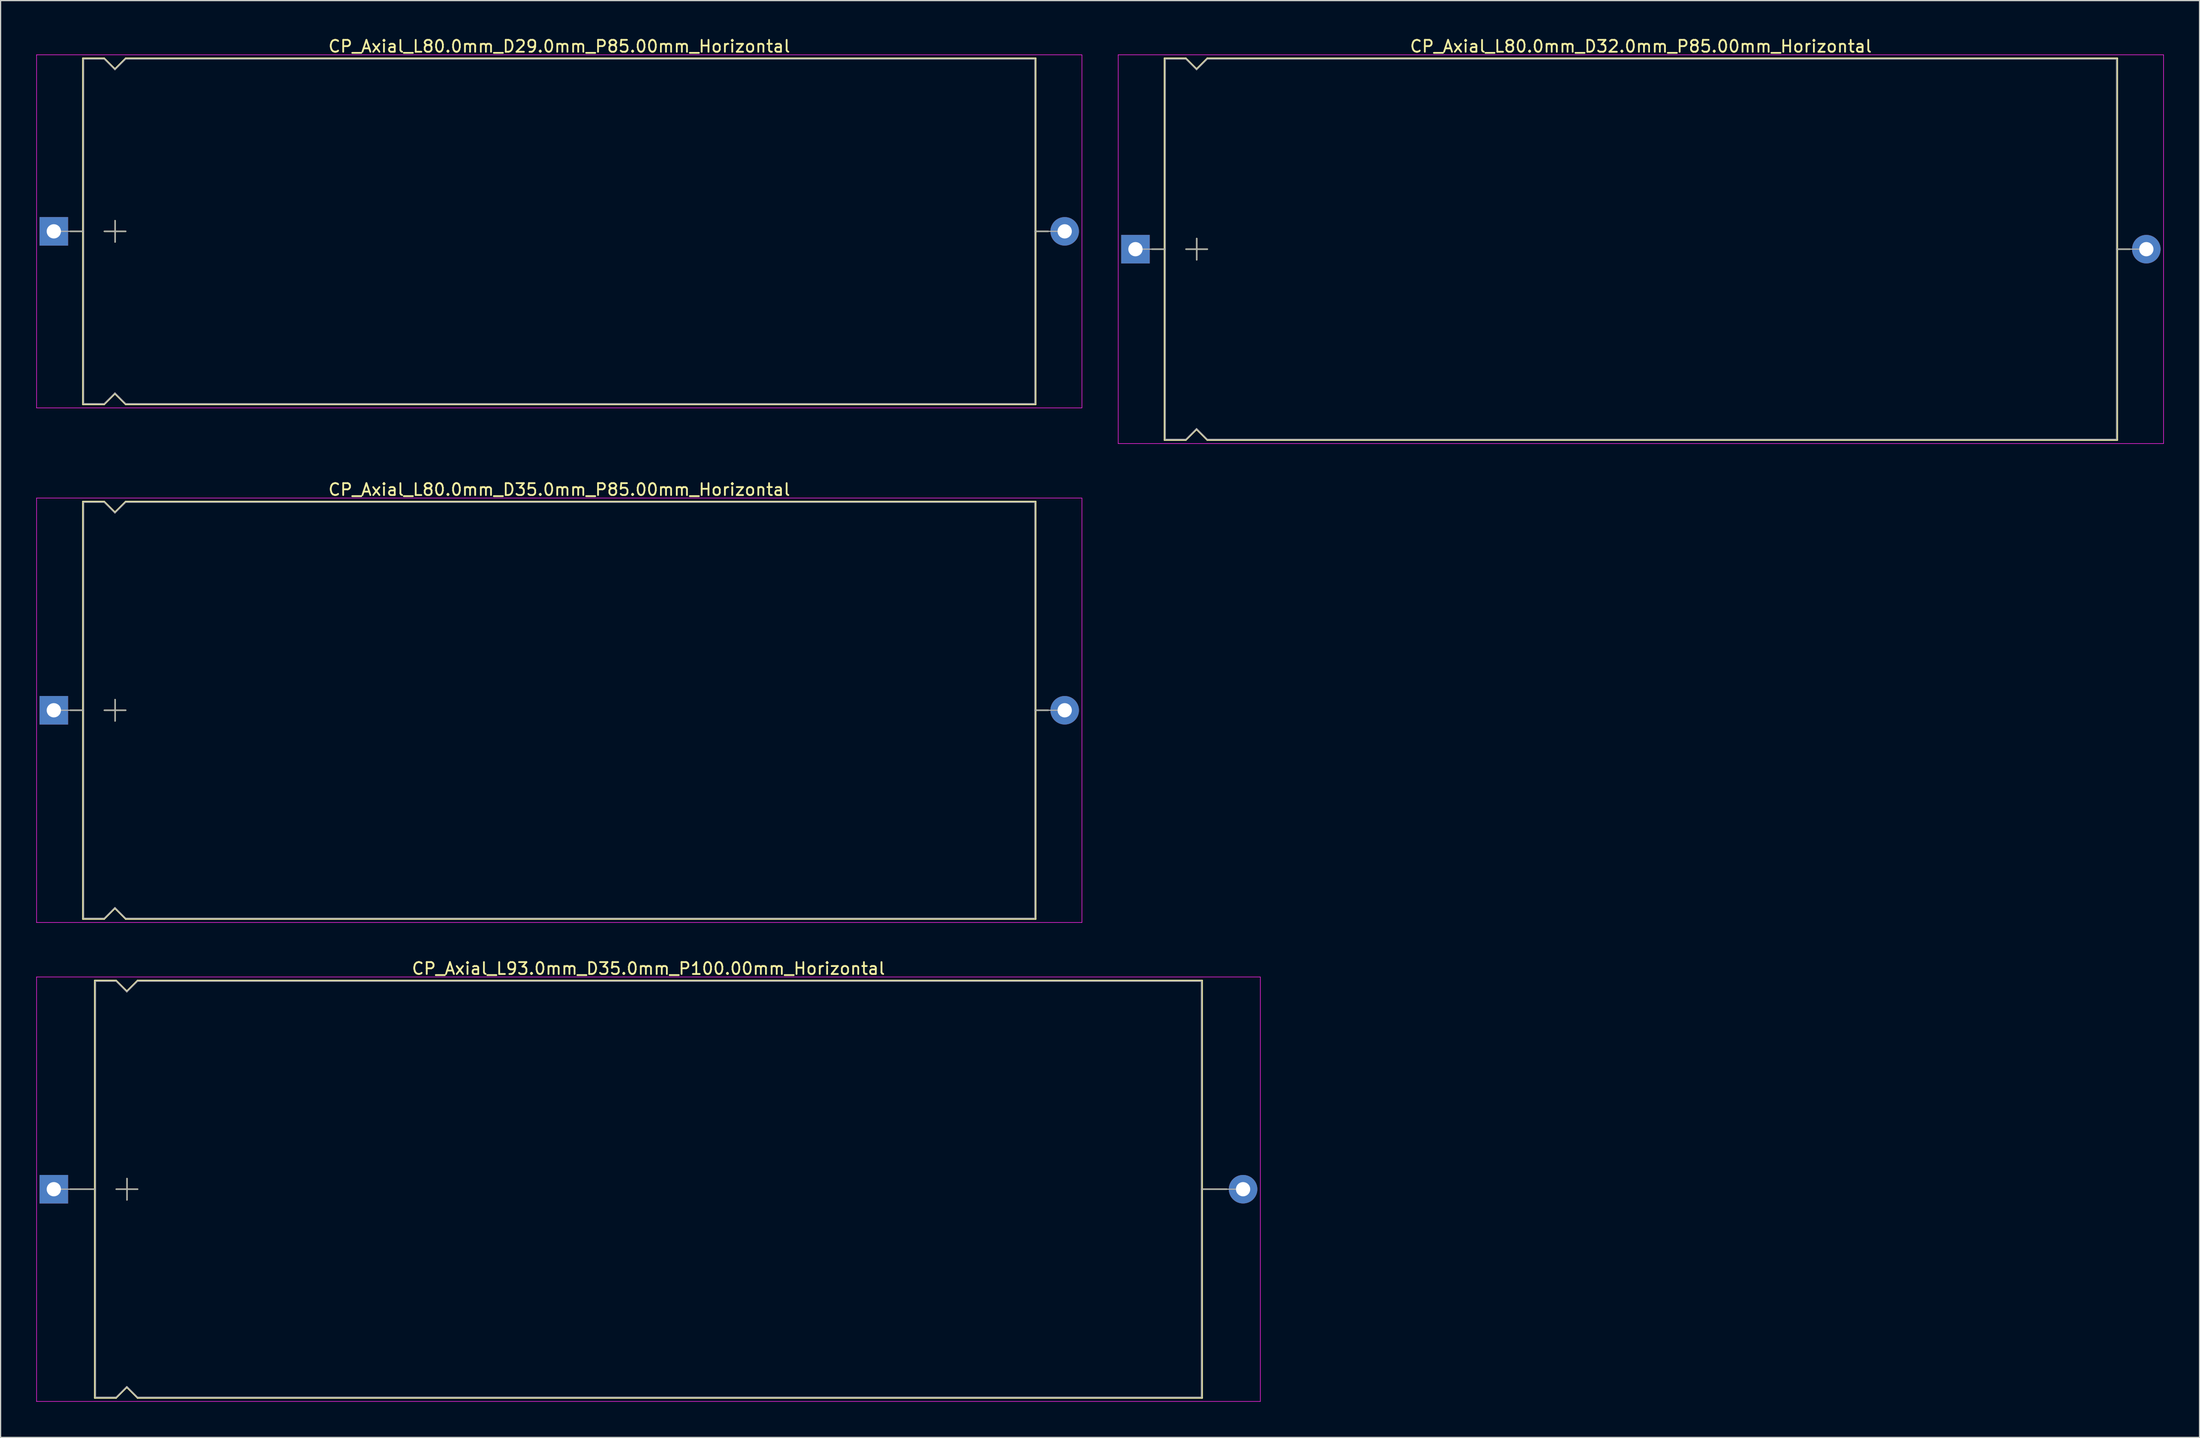
<source format=kicad_pcb>
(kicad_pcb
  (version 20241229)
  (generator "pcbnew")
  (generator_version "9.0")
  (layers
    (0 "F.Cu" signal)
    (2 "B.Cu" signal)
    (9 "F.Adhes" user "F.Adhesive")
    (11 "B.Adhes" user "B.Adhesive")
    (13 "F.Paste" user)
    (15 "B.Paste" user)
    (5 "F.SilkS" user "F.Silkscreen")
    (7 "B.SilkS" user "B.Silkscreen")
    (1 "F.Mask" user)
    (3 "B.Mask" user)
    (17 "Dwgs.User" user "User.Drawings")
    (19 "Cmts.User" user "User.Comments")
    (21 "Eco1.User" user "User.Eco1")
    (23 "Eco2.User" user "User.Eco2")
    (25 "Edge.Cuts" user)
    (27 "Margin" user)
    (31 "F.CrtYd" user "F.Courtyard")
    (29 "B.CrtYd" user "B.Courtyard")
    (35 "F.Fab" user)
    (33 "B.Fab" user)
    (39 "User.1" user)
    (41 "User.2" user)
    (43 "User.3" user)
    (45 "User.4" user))
  (footprint "CP_Axial_L93.0mm_D35.0mm_P100.00mm_Horizontal"
    (layer "F.Cu")
    (at 1.475 96.975)
    (property "Reference" "CP_Axial_L93.0mm_D35.0mm_P100.00mm_Horizontal" (at 50 -18.56 0) (layer "F.SilkS") (effects (font (size 1 1) (thickness 0.15))))
    (attr through_hole)
    (fp_line (start 1.38 0) (end 3.44 0) (stroke (width 0.12) (type solid)) (layer "F.SilkS"))
    (fp_line (start 3.44 -17.56) (end 3.44 17.56) (stroke (width 0.12) (type solid)) (layer "F.SilkS"))
    (fp_line (start 3.44 -17.56) (end 5.24 -17.56) (stroke (width 0.12) (type solid)) (layer "F.SilkS"))
    (fp_line (start 3.44 17.56) (end 5.24 17.56) (stroke (width 0.12) (type solid)) (layer "F.SilkS"))
    (fp_line (start 5.24 -17.56) (end 6.14 -16.66) (stroke (width 0.12) (type solid)) (layer "F.SilkS"))
    (fp_line (start 5.24 17.56) (end 6.14 16.66) (stroke (width 0.12) (type solid)) (layer "F.SilkS"))
    (fp_line (start 5.25 0) (end 7.05 0) (stroke (width 0.12) (type solid)) (layer "F.SilkS"))
    (fp_line (start 6.14 -16.66) (end 7.04 -17.56) (stroke (width 0.12) (type solid)) (layer "F.SilkS"))
    (fp_line (start 6.14 16.66) (end 7.04 17.56) (stroke (width 0.12) (type solid)) (layer "F.SilkS"))
    (fp_line (start 6.15 -0.9) (end 6.15 0.9) (stroke (width 0.12) (type solid)) (layer "F.SilkS"))
    (fp_line (start 7.04 -17.56) (end 96.56 -17.56) (stroke (width 0.12) (type solid)) (layer "F.SilkS"))
    (fp_line (start 7.04 17.56) (end 96.56 17.56) (stroke (width 0.12) (type solid)) (layer "F.SilkS"))
    (fp_line (start 96.56 -17.56) (end 96.56 17.56) (stroke (width 0.12) (type solid)) (layer "F.SilkS"))
    (fp_line (start 98.62 0) (end 96.56 0) (stroke (width 0.12) (type solid)) (layer "F.SilkS"))
    (fp_line (start -1.45 -17.85) (end -1.45 17.85) (stroke (width 0.05) (type solid)) (layer "F.CrtYd"))
    (fp_line (start -1.45 17.85) (end 101.45 17.85) (stroke (width 0.05) (type solid)) (layer "F.CrtYd"))
    (fp_line (start 101.45 -17.85) (end -1.45 -17.85) (stroke (width 0.05) (type solid)) (layer "F.CrtYd"))
    (fp_line (start 101.45 17.85) (end 101.45 -17.85) (stroke (width 0.05) (type solid)) (layer "F.CrtYd"))
    (fp_line (start 0 0) (end 3.5 0) (stroke (width 0.1) (type solid)) (layer "F.Fab"))
    (fp_line (start 3.5 -17.5) (end 3.5 17.5) (stroke (width 0.1) (type solid)) (layer "F.Fab"))
    (fp_line (start 3.5 -17.5) (end 5.24 -17.5) (stroke (width 0.1) (type solid)) (layer "F.Fab"))
    (fp_line (start 3.5 17.5) (end 5.24 17.5) (stroke (width 0.1) (type solid)) (layer "F.Fab"))
    (fp_line (start 5.24 -17.5) (end 6.14 -16.6) (stroke (width 0.1) (type solid)) (layer "F.Fab"))
    (fp_line (start 5.24 17.5) (end 6.14 16.6) (stroke (width 0.1) (type solid)) (layer "F.Fab"))
    (fp_line (start 5.25 0) (end 7.05 0) (stroke (width 0.1) (type solid)) (layer "F.Fab"))
    (fp_line (start 6.14 -16.6) (end 7.04 -17.5) (stroke (width 0.1) (type solid)) (layer "F.Fab"))
    (fp_line (start 6.14 16.6) (end 7.04 17.5) (stroke (width 0.1) (type solid)) (layer "F.Fab"))
    (fp_line (start 6.15 -0.9) (end 6.15 0.9) (stroke (width 0.1) (type solid)) (layer "F.Fab"))
    (fp_line (start 7.04 -17.5) (end 96.5 -17.5) (stroke (width 0.1) (type solid)) (layer "F.Fab"))
    (fp_line (start 7.04 17.5) (end 96.5 17.5) (stroke (width 0.1) (type solid)) (layer "F.Fab"))
    (fp_line (start 96.5 -17.5) (end 96.5 17.5) (stroke (width 0.1) (type solid)) (layer "F.Fab"))
    (fp_line (start 100 0) (end 96.5 0) (stroke (width 0.1) (type solid)) (layer "F.Fab"))
    (pad "1" thru_hole rect (at 0 0) (size 2.4 2.4) (drill 1.2) (layers "*.Cu" "*.Mask"))
    (pad "2" thru_hole oval (at 100 0) (size 2.4 2.4) (drill 1.2) (layers "*.Cu" "*.Mask")))
  (footprint "CP_Axial_L80.0mm_D35.0mm_P85.00mm_Horizontal"
    (layer "F.Cu")
    (at 1.475 56.691)
    (property "Reference" "CP_Axial_L80.0mm_D35.0mm_P85.00mm_Horizontal" (at 42.5 -18.56 0) (layer "F.SilkS") (effects (font (size 1 1) (thickness 0.15))))
    (attr through_hole)
    (fp_line (start 1.38 0) (end 2.44 0) (stroke (width 0.12) (type solid)) (layer "F.SilkS"))
    (fp_line (start 2.44 -17.56) (end 2.44 17.56) (stroke (width 0.12) (type solid)) (layer "F.SilkS"))
    (fp_line (start 2.44 -17.56) (end 4.24 -17.56) (stroke (width 0.12) (type solid)) (layer "F.SilkS"))
    (fp_line (start 2.44 17.56) (end 4.24 17.56) (stroke (width 0.12) (type solid)) (layer "F.SilkS"))
    (fp_line (start 4.24 -17.56) (end 5.14 -16.66) (stroke (width 0.12) (type solid)) (layer "F.SilkS"))
    (fp_line (start 4.24 17.56) (end 5.14 16.66) (stroke (width 0.12) (type solid)) (layer "F.SilkS"))
    (fp_line (start 4.25 0) (end 6.05 0) (stroke (width 0.12) (type solid)) (layer "F.SilkS"))
    (fp_line (start 5.14 -16.66) (end 6.04 -17.56) (stroke (width 0.12) (type solid)) (layer "F.SilkS"))
    (fp_line (start 5.14 16.66) (end 6.04 17.56) (stroke (width 0.12) (type solid)) (layer "F.SilkS"))
    (fp_line (start 5.15 -0.9) (end 5.15 0.9) (stroke (width 0.12) (type solid)) (layer "F.SilkS"))
    (fp_line (start 6.04 -17.56) (end 82.56 -17.56) (stroke (width 0.12) (type solid)) (layer "F.SilkS"))
    (fp_line (start 6.04 17.56) (end 82.56 17.56) (stroke (width 0.12) (type solid)) (layer "F.SilkS"))
    (fp_line (start 82.56 -17.56) (end 82.56 17.56) (stroke (width 0.12) (type solid)) (layer "F.SilkS"))
    (fp_line (start 83.62 0) (end 82.56 0) (stroke (width 0.12) (type solid)) (layer "F.SilkS"))
    (fp_line (start -1.45 -17.85) (end -1.45 17.85) (stroke (width 0.05) (type solid)) (layer "F.CrtYd"))
    (fp_line (start -1.45 17.85) (end 86.45 17.85) (stroke (width 0.05) (type solid)) (layer "F.CrtYd"))
    (fp_line (start 86.45 -17.85) (end -1.45 -17.85) (stroke (width 0.05) (type solid)) (layer "F.CrtYd"))
    (fp_line (start 86.45 17.85) (end 86.45 -17.85) (stroke (width 0.05) (type solid)) (layer "F.CrtYd"))
    (fp_line (start 0 0) (end 2.5 0) (stroke (width 0.1) (type solid)) (layer "F.Fab"))
    (fp_line (start 2.5 -17.5) (end 2.5 17.5) (stroke (width 0.1) (type solid)) (layer "F.Fab"))
    (fp_line (start 2.5 -17.5) (end 4.24 -17.5) (stroke (width 0.1) (type solid)) (layer "F.Fab"))
    (fp_line (start 2.5 17.5) (end 4.24 17.5) (stroke (width 0.1) (type solid)) (layer "F.Fab"))
    (fp_line (start 4.24 -17.5) (end 5.14 -16.6) (stroke (width 0.1) (type solid)) (layer "F.Fab"))
    (fp_line (start 4.24 17.5) (end 5.14 16.6) (stroke (width 0.1) (type solid)) (layer "F.Fab"))
    (fp_line (start 4.25 0) (end 6.05 0) (stroke (width 0.1) (type solid)) (layer "F.Fab"))
    (fp_line (start 5.14 -16.6) (end 6.04 -17.5) (stroke (width 0.1) (type solid)) (layer "F.Fab"))
    (fp_line (start 5.14 16.6) (end 6.04 17.5) (stroke (width 0.1) (type solid)) (layer "F.Fab"))
    (fp_line (start 5.15 -0.9) (end 5.15 0.9) (stroke (width 0.1) (type solid)) (layer "F.Fab"))
    (fp_line (start 6.04 -17.5) (end 82.5 -17.5) (stroke (width 0.1) (type solid)) (layer "F.Fab"))
    (fp_line (start 6.04 17.5) (end 82.5 17.5) (stroke (width 0.1) (type solid)) (layer "F.Fab"))
    (fp_line (start 82.5 -17.5) (end 82.5 17.5) (stroke (width 0.1) (type solid)) (layer "F.Fab"))
    (fp_line (start 85 0) (end 82.5 0) (stroke (width 0.1) (type solid)) (layer "F.Fab"))
    (pad "1" thru_hole rect (at 0 0) (size 2.4 2.4) (drill 1.2) (layers "*.Cu" "*.Mask"))
    (pad "2" thru_hole oval (at 85 0) (size 2.4 2.4) (drill 1.2) (layers "*.Cu" "*.Mask")))
  (footprint "CP_Axial_L80.0mm_D29.0mm_P85.00mm_Horizontal"
    (layer "F.Cu")
    (at 1.475 16.408)
    (property "Reference" "CP_Axial_L80.0mm_D29.0mm_P85.00mm_Horizontal" (at 42.5 -15.56 0) (layer "F.SilkS") (effects (font (size 1 1) (thickness 0.15))))
    (attr through_hole)
    (fp_line (start 1.38 0) (end 2.44 0) (stroke (width 0.12) (type solid)) (layer "F.SilkS"))
    (fp_line (start 2.44 -14.56) (end 2.44 14.56) (stroke (width 0.12) (type solid)) (layer "F.SilkS"))
    (fp_line (start 2.44 -14.56) (end 4.24 -14.56) (stroke (width 0.12) (type solid)) (layer "F.SilkS"))
    (fp_line (start 2.44 14.56) (end 4.24 14.56) (stroke (width 0.12) (type solid)) (layer "F.SilkS"))
    (fp_line (start 4.24 -14.56) (end 5.14 -13.66) (stroke (width 0.12) (type solid)) (layer "F.SilkS"))
    (fp_line (start 4.24 14.56) (end 5.14 13.66) (stroke (width 0.12) (type solid)) (layer "F.SilkS"))
    (fp_line (start 4.25 0) (end 6.05 0) (stroke (width 0.12) (type solid)) (layer "F.SilkS"))
    (fp_line (start 5.14 -13.66) (end 6.04 -14.56) (stroke (width 0.12) (type solid)) (layer "F.SilkS"))
    (fp_line (start 5.14 13.66) (end 6.04 14.56) (stroke (width 0.12) (type solid)) (layer "F.SilkS"))
    (fp_line (start 5.15 -0.9) (end 5.15 0.9) (stroke (width 0.12) (type solid)) (layer "F.SilkS"))
    (fp_line (start 6.04 -14.56) (end 82.56 -14.56) (stroke (width 0.12) (type solid)) (layer "F.SilkS"))
    (fp_line (start 6.04 14.56) (end 82.56 14.56) (stroke (width 0.12) (type solid)) (layer "F.SilkS"))
    (fp_line (start 82.56 -14.56) (end 82.56 14.56) (stroke (width 0.12) (type solid)) (layer "F.SilkS"))
    (fp_line (start 83.62 0) (end 82.56 0) (stroke (width 0.12) (type solid)) (layer "F.SilkS"))
    (fp_line (start -1.45 -14.85) (end -1.45 14.85) (stroke (width 0.05) (type solid)) (layer "F.CrtYd"))
    (fp_line (start -1.45 14.85) (end 86.45 14.85) (stroke (width 0.05) (type solid)) (layer "F.CrtYd"))
    (fp_line (start 86.45 -14.85) (end -1.45 -14.85) (stroke (width 0.05) (type solid)) (layer "F.CrtYd"))
    (fp_line (start 86.45 14.85) (end 86.45 -14.85) (stroke (width 0.05) (type solid)) (layer "F.CrtYd"))
    (fp_line (start 0 0) (end 2.5 0) (stroke (width 0.1) (type solid)) (layer "F.Fab"))
    (fp_line (start 2.5 -14.5) (end 2.5 14.5) (stroke (width 0.1) (type solid)) (layer "F.Fab"))
    (fp_line (start 2.5 -14.5) (end 4.24 -14.5) (stroke (width 0.1) (type solid)) (layer "F.Fab"))
    (fp_line (start 2.5 14.5) (end 4.24 14.5) (stroke (width 0.1) (type solid)) (layer "F.Fab"))
    (fp_line (start 4.24 -14.5) (end 5.14 -13.6) (stroke (width 0.1) (type solid)) (layer "F.Fab"))
    (fp_line (start 4.24 14.5) (end 5.14 13.6) (stroke (width 0.1) (type solid)) (layer "F.Fab"))
    (fp_line (start 4.25 0) (end 6.05 0) (stroke (width 0.1) (type solid)) (layer "F.Fab"))
    (fp_line (start 5.14 -13.6) (end 6.04 -14.5) (stroke (width 0.1) (type solid)) (layer "F.Fab"))
    (fp_line (start 5.14 13.6) (end 6.04 14.5) (stroke (width 0.1) (type solid)) (layer "F.Fab"))
    (fp_line (start 5.15 -0.9) (end 5.15 0.9) (stroke (width 0.1) (type solid)) (layer "F.Fab"))
    (fp_line (start 6.04 -14.5) (end 82.5 -14.5) (stroke (width 0.1) (type solid)) (layer "F.Fab"))
    (fp_line (start 6.04 14.5) (end 82.5 14.5) (stroke (width 0.1) (type solid)) (layer "F.Fab"))
    (fp_line (start 82.5 -14.5) (end 82.5 14.5) (stroke (width 0.1) (type solid)) (layer "F.Fab"))
    (fp_line (start 85 0) (end 82.5 0) (stroke (width 0.1) (type solid)) (layer "F.Fab"))
    (pad "1" thru_hole rect (at 0 0) (size 2.4 2.4) (drill 1.2) (layers "*.Cu" "*.Mask"))
    (pad "2" thru_hole oval (at 85 0) (size 2.4 2.4) (drill 1.2) (layers "*.Cu" "*.Mask")))
  (footprint "CP_Axial_L80.0mm_D32.0mm_P85.00mm_Horizontal"
    (layer "F.Cu")
    (at 92.425 17.908)
    (property "Reference" "CP_Axial_L80.0mm_D32.0mm_P85.00mm_Horizontal" (at 42.5 -17.06 0) (layer "F.SilkS") (effects (font (size 1 1) (thickness 0.15))))
    (attr through_hole)
    (fp_line (start 1.38 0) (end 2.44 0) (stroke (width 0.12) (type solid)) (layer "F.SilkS"))
    (fp_line (start 2.44 -16.06) (end 2.44 16.06) (stroke (width 0.12) (type solid)) (layer "F.SilkS"))
    (fp_line (start 2.44 -16.06) (end 4.24 -16.06) (stroke (width 0.12) (type solid)) (layer "F.SilkS"))
    (fp_line (start 2.44 16.06) (end 4.24 16.06) (stroke (width 0.12) (type solid)) (layer "F.SilkS"))
    (fp_line (start 4.24 -16.06) (end 5.14 -15.16) (stroke (width 0.12) (type solid)) (layer "F.SilkS"))
    (fp_line (start 4.24 16.06) (end 5.14 15.16) (stroke (width 0.12) (type solid)) (layer "F.SilkS"))
    (fp_line (start 4.25 0) (end 6.05 0) (stroke (width 0.12) (type solid)) (layer "F.SilkS"))
    (fp_line (start 5.14 -15.16) (end 6.04 -16.06) (stroke (width 0.12) (type solid)) (layer "F.SilkS"))
    (fp_line (start 5.14 15.16) (end 6.04 16.06) (stroke (width 0.12) (type solid)) (layer "F.SilkS"))
    (fp_line (start 5.15 -0.9) (end 5.15 0.9) (stroke (width 0.12) (type solid)) (layer "F.SilkS"))
    (fp_line (start 6.04 -16.06) (end 82.56 -16.06) (stroke (width 0.12) (type solid)) (layer "F.SilkS"))
    (fp_line (start 6.04 16.06) (end 82.56 16.06) (stroke (width 0.12) (type solid)) (layer "F.SilkS"))
    (fp_line (start 82.56 -16.06) (end 82.56 16.06) (stroke (width 0.12) (type solid)) (layer "F.SilkS"))
    (fp_line (start 83.62 0) (end 82.56 0) (stroke (width 0.12) (type solid)) (layer "F.SilkS"))
    (fp_line (start -1.45 -16.35) (end -1.45 16.35) (stroke (width 0.05) (type solid)) (layer "F.CrtYd"))
    (fp_line (start -1.45 16.35) (end 86.45 16.35) (stroke (width 0.05) (type solid)) (layer "F.CrtYd"))
    (fp_line (start 86.45 -16.35) (end -1.45 -16.35) (stroke (width 0.05) (type solid)) (layer "F.CrtYd"))
    (fp_line (start 86.45 16.35) (end 86.45 -16.35) (stroke (width 0.05) (type solid)) (layer "F.CrtYd"))
    (fp_line (start 0 0) (end 2.5 0) (stroke (width 0.1) (type solid)) (layer "F.Fab"))
    (fp_line (start 2.5 -16) (end 2.5 16) (stroke (width 0.1) (type solid)) (layer "F.Fab"))
    (fp_line (start 2.5 -16) (end 4.24 -16) (stroke (width 0.1) (type solid)) (layer "F.Fab"))
    (fp_line (start 2.5 16) (end 4.24 16) (stroke (width 0.1) (type solid)) (layer "F.Fab"))
    (fp_line (start 4.24 -16) (end 5.14 -15.1) (stroke (width 0.1) (type solid)) (layer "F.Fab"))
    (fp_line (start 4.24 16) (end 5.14 15.1) (stroke (width 0.1) (type solid)) (layer "F.Fab"))
    (fp_line (start 4.25 0) (end 6.05 0) (stroke (width 0.1) (type solid)) (layer "F.Fab"))
    (fp_line (start 5.14 -15.1) (end 6.04 -16) (stroke (width 0.1) (type solid)) (layer "F.Fab"))
    (fp_line (start 5.14 15.1) (end 6.04 16) (stroke (width 0.1) (type solid)) (layer "F.Fab"))
    (fp_line (start 5.15 -0.9) (end 5.15 0.9) (stroke (width 0.1) (type solid)) (layer "F.Fab"))
    (fp_line (start 6.04 -16) (end 82.5 -16) (stroke (width 0.1) (type solid)) (layer "F.Fab"))
    (fp_line (start 6.04 16) (end 82.5 16) (stroke (width 0.1) (type solid)) (layer "F.Fab"))
    (fp_line (start 82.5 -16) (end 82.5 16) (stroke (width 0.1) (type solid)) (layer "F.Fab"))
    (fp_line (start 85 0) (end 82.5 0) (stroke (width 0.1) (type solid)) (layer "F.Fab"))
    (pad "1" thru_hole rect (at 0 0) (size 2.4 2.4) (drill 1.2) (layers "*.Cu" "*.Mask"))
    (pad "2" thru_hole oval (at 85 0) (size 2.4 2.4) (drill 1.2) (layers "*.Cu" "*.Mask")))
  (gr_rect
    (start -3 -3)
    (end 181.9 117.85)
    (stroke (width 0.1) (type default))
    (fill no)
    (layer "Edge.Cuts")))
</source>
